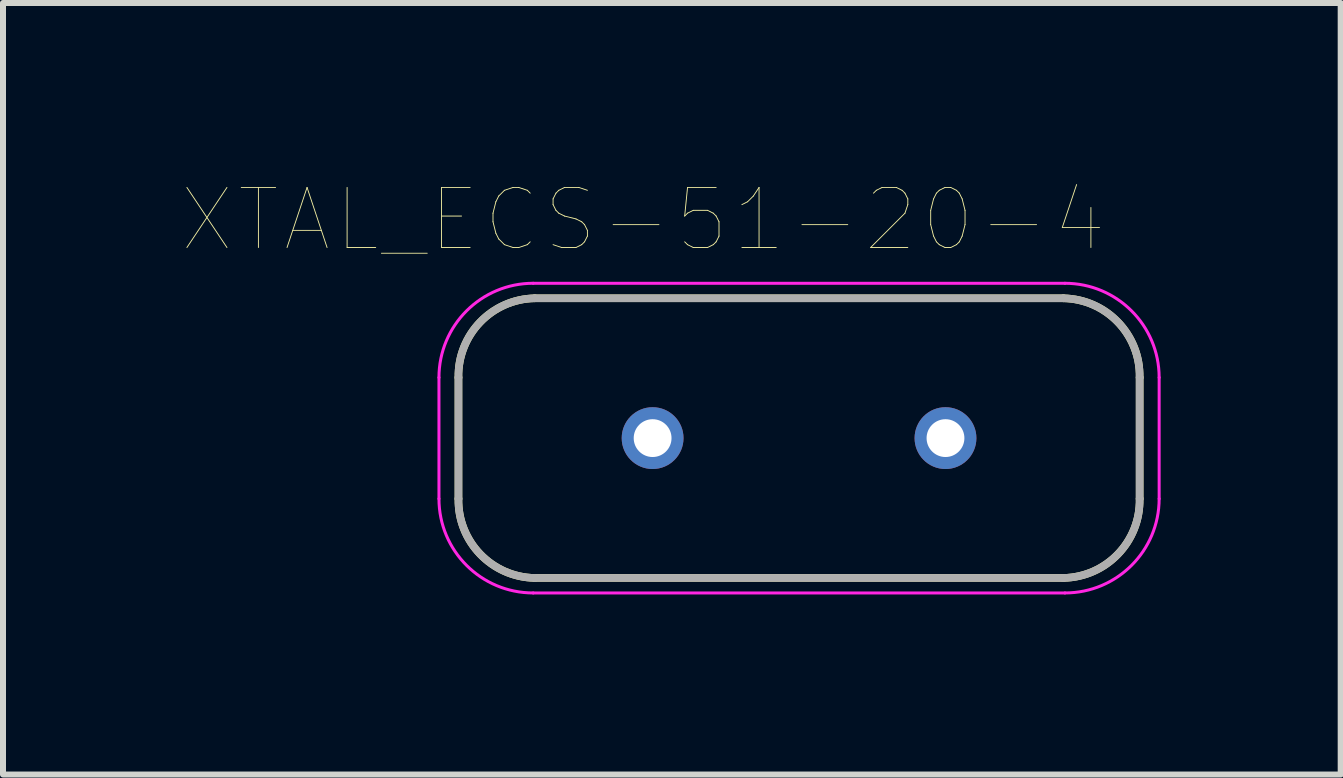
<source format=kicad_pcb>
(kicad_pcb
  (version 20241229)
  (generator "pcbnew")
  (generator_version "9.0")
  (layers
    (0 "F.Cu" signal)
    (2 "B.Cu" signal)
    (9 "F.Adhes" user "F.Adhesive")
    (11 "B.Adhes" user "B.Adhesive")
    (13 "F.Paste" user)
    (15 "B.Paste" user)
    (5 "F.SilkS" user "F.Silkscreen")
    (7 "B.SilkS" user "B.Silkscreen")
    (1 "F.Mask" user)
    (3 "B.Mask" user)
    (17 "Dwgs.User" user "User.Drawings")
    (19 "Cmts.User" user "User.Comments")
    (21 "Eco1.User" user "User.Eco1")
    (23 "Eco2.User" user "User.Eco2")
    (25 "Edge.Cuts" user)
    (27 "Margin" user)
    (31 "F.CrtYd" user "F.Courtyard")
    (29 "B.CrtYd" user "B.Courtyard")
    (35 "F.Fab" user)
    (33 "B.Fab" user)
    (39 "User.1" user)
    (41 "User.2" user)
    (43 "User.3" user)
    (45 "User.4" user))
  (footprint "XTAL_ECS-51-20-4"
    (layer "F.Cu")
    (at 10.264 4.25)
    (property "Reference" "XTAL_ECS-51-20-4" (at -2.597 -3.638 0) (layer "F.SilkS") (effects (font (size 1.001 1.001) (thickness 0.015))))
    (attr through_hole)
    (fp_line (start -5.675 1.01) (end -5.675 -1.01) (stroke (width 0.127) (type solid)) (layer "F.SilkS"))
    (fp_line (start -4.405 -2.33) (end 4.405 -2.33) (stroke (width 0.127) (type solid)) (layer "F.SilkS"))
    (fp_line (start 4.405 2.33) (end -4.405 2.33) (stroke (width 0.127) (type solid)) (layer "F.SilkS"))
    (fp_line (start 5.675 -1.01) (end 5.675 1.01) (stroke (width 0.127) (type solid)) (layer "F.SilkS"))
    (fp_arc (start -5.675 -1.01) (mid -5.313381 -1.933026) (end -4.405 -2.33) (stroke (width 0.127) (type solid)) (layer "F.SilkS"))
    (fp_arc (start -4.405 2.33) (mid -5.313381 1.933026) (end -5.675 1.01) (stroke (width 0.127) (type solid)) (layer "F.SilkS"))
    (fp_arc (start 4.405 -2.33) (mid 5.313381 -1.933026) (end 5.675 -1.01) (stroke (width 0.127) (type solid)) (layer "F.SilkS"))
    (fp_arc (start 5.675 1.01) (mid 5.313381 1.933026) (end 4.405 2.33) (stroke (width 0.127) (type solid)) (layer "F.SilkS"))
    (fp_line (start -6 1.01) (end -6 -1.01) (stroke (width 0.05) (type solid)) (layer "F.CrtYd"))
    (fp_line (start -4.43 -2.58) (end 4.43 -2.58) (stroke (width 0.05) (type solid)) (layer "F.CrtYd"))
    (fp_line (start 4.43 2.58) (end -4.43 2.58) (stroke (width 0.05) (type solid)) (layer "F.CrtYd"))
    (fp_line (start 6 -1.01) (end 6 1.01) (stroke (width 0.05) (type solid)) (layer "F.CrtYd"))
    (fp_arc (start -6 -1.01) (mid -5.540158 -2.120158) (end -4.43 -2.58) (stroke (width 0.05) (type solid)) (layer "F.CrtYd"))
    (fp_arc (start -4.43 2.58) (mid -5.540158 2.120158) (end -6 1.01) (stroke (width 0.05) (type solid)) (layer "F.CrtYd"))
    (fp_arc (start 4.43 -2.58) (mid 5.540158 -2.120158) (end 6 -1.01) (stroke (width 0.05) (type solid)) (layer "F.CrtYd"))
    (fp_arc (start 6 1.01) (mid 5.540158 2.120158) (end 4.43 2.58) (stroke (width 0.05) (type solid)) (layer "F.CrtYd"))
    (fp_line (start -5.675 1.01) (end -5.675 -1.01) (stroke (width 0.127) (type solid)) (layer "F.Fab"))
    (fp_line (start -4.405 -2.33) (end 4.405 -2.33) (stroke (width 0.127) (type solid)) (layer "F.Fab"))
    (fp_line (start 4.405 2.33) (end -4.405 2.33) (stroke (width 0.127) (type solid)) (layer "F.Fab"))
    (fp_line (start 5.675 -1.01) (end 5.675 1.01) (stroke (width 0.127) (type solid)) (layer "F.Fab"))
    (fp_arc (start -5.675 -1.01) (mid -5.313381 -1.933026) (end -4.405 -2.33) (stroke (width 0.127) (type solid)) (layer "F.Fab"))
    (fp_arc (start -4.405 2.33) (mid -5.313381 1.933026) (end -5.675 1.01) (stroke (width 0.127) (type solid)) (layer "F.Fab"))
    (fp_arc (start 4.405 -2.33) (mid 5.313381 -1.933026) (end 5.675 -1.01) (stroke (width 0.127) (type solid)) (layer "F.Fab"))
    (fp_arc (start 5.675 1.01) (mid 5.313381 1.933026) (end 4.405 2.33) (stroke (width 0.127) (type solid)) (layer "F.Fab"))
    (pad "1" thru_hole circle (at -2.44 0) (size 1.03 1.03) (drill 0.63) (layers "*.Cu" "*.Mask"))
    (pad "2" thru_hole circle (at 2.44 0) (size 1.03 1.03) (drill 0.63) (layers "*.Cu" "*.Mask")))
  (gr_rect
    (start -3 -3)
    (end 19.289 9.855)
    (stroke (width 0.1) (type default))
    (fill no)
    (layer "Edge.Cuts")))
</source>
